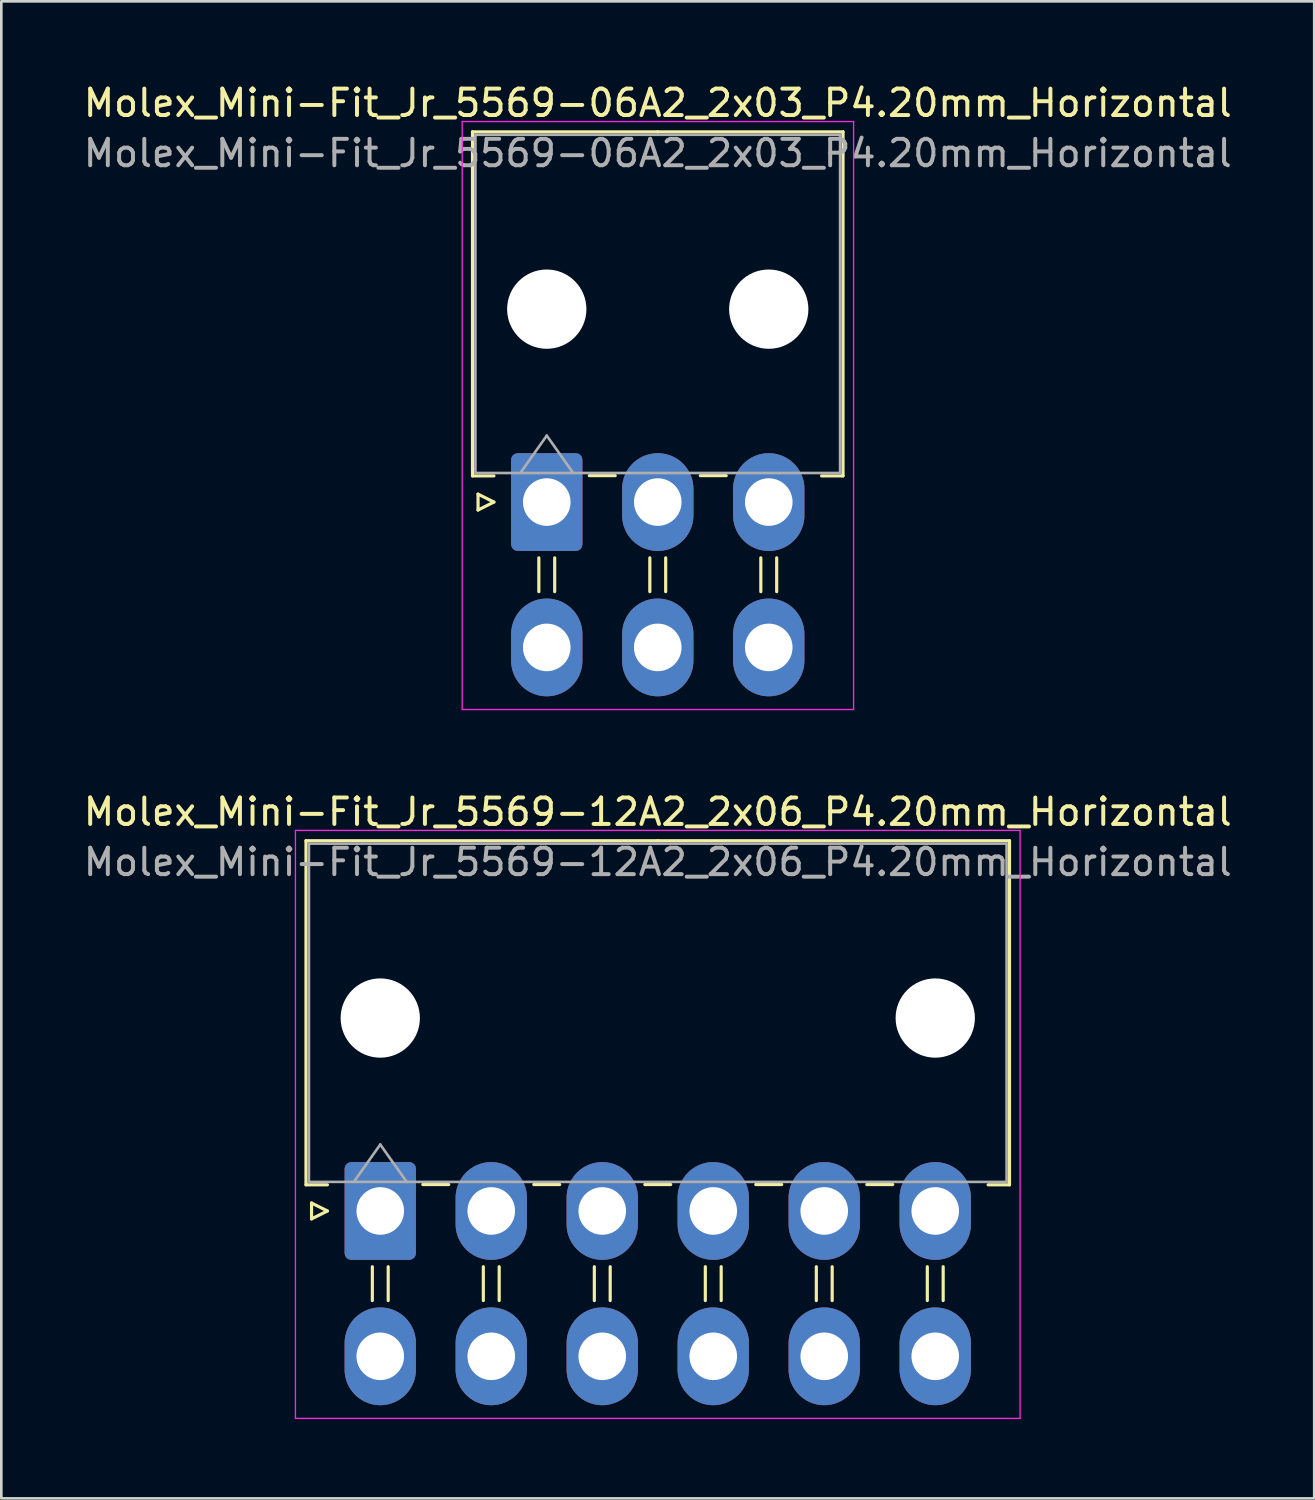
<source format=kicad_pcb>
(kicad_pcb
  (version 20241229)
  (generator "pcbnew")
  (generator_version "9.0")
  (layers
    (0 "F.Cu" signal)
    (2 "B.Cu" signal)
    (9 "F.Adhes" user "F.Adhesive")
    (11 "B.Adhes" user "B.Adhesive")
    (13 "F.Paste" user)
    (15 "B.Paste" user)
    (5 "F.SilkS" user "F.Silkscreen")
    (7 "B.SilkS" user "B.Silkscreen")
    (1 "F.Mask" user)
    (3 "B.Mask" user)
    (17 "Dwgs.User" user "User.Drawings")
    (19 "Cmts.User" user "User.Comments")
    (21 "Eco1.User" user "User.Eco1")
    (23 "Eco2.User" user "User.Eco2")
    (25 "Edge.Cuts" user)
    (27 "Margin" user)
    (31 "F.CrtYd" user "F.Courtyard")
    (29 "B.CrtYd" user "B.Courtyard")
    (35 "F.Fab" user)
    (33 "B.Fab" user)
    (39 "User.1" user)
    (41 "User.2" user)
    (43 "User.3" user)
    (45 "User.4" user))
  (footprint "Molex_Mini-Fit_Jr_5569-06A2_2x03_P4.20mm_Horizontal"
    (layer "F.Cu")
    (at 17.639 15.948)
    (property "Reference" "Molex_Mini-Fit_Jr_5569-06A2_2x03_P4.20mm_Horizontal" (at 4.2 -15.1 0) (layer "F.SilkS") (effects (font (size 1 1) (thickness 0.15))))
    (attr through_hole)
    (fp_line (start -2.81 -14.01) (end 4.2 -14.01) (stroke (width 0.12) (type solid)) (layer "F.SilkS"))
    (fp_line (start -2.81 -0.99) (end -2.81 -14.01) (stroke (width 0.12) (type solid)) (layer "F.SilkS"))
    (fp_line (start -2.6 -0.3) (end -2 0) (stroke (width 0.12) (type solid)) (layer "F.SilkS"))
    (fp_line (start -2.6 0.3) (end -2.6 -0.3) (stroke (width 0.12) (type solid)) (layer "F.SilkS"))
    (fp_line (start -2 -0.99) (end -2.81 -0.99) (stroke (width 0.12) (type solid)) (layer "F.SilkS"))
    (fp_line (start -2 0) (end -2.6 0.3) (stroke (width 0.12) (type solid)) (layer "F.SilkS"))
    (fp_line (start -0.3 2.11) (end -0.3 3.39) (stroke (width 0.12) (type solid)) (layer "F.SilkS"))
    (fp_line (start 0.3 2.11) (end 0.3 3.39) (stroke (width 0.12) (type solid)) (layer "F.SilkS"))
    (fp_line (start 1.61 -1) (end 2.59 -1) (stroke (width 0.12) (type solid)) (layer "F.SilkS"))
    (fp_line (start 3.9 2.11) (end 3.9 3.39) (stroke (width 0.12) (type solid)) (layer "F.SilkS"))
    (fp_line (start 4.5 2.11) (end 4.5 3.39) (stroke (width 0.12) (type solid)) (layer "F.SilkS"))
    (fp_line (start 5.81 -1) (end 6.79 -1) (stroke (width 0.12) (type solid)) (layer "F.SilkS"))
    (fp_line (start 8.1 2.11) (end 8.1 3.39) (stroke (width 0.12) (type solid)) (layer "F.SilkS"))
    (fp_line (start 8.7 2.11) (end 8.7 3.39) (stroke (width 0.12) (type solid)) (layer "F.SilkS"))
    (fp_line (start 10.4 -0.99) (end 11.21 -0.99) (stroke (width 0.12) (type solid)) (layer "F.SilkS"))
    (fp_line (start 11.21 -14.01) (end 4.2 -14.01) (stroke (width 0.12) (type solid)) (layer "F.SilkS"))
    (fp_line (start 11.21 -0.99) (end 11.21 -14.01) (stroke (width 0.12) (type solid)) (layer "F.SilkS"))
    (fp_line (start -3.2 -14.4) (end -3.2 7.85) (stroke (width 0.05) (type solid)) (layer "F.CrtYd"))
    (fp_line (start -3.2 7.85) (end 11.61 7.85) (stroke (width 0.05) (type solid)) (layer "F.CrtYd"))
    (fp_line (start 11.61 -14.4) (end -3.2 -14.4) (stroke (width 0.05) (type solid)) (layer "F.CrtYd"))
    (fp_line (start 11.61 7.85) (end 11.61 -14.4) (stroke (width 0.05) (type solid)) (layer "F.CrtYd"))
    (fp_line (start -2.7 -13.9) (end -2.7 -1.1) (stroke (width 0.1) (type solid)) (layer "F.Fab"))
    (fp_line (start -2.7 -1.1) (end 11.1 -1.1) (stroke (width 0.1) (type solid)) (layer "F.Fab"))
    (fp_line (start -1 -1.1) (end 0 -2.514) (stroke (width 0.1) (type solid)) (layer "F.Fab"))
    (fp_line (start 0 -2.514) (end 1 -1.1) (stroke (width 0.1) (type solid)) (layer "F.Fab"))
    (fp_line (start 11.1 -13.9) (end -2.7 -13.9) (stroke (width 0.1) (type solid)) (layer "F.Fab"))
    (fp_line (start 11.1 -1.1) (end 11.1 -13.9) (stroke (width 0.1) (type solid)) (layer "F.Fab"))
    (fp_text user "${REFERENCE}" (at 4.2 -13.2 0) (layer "F.Fab") (effects (font (size 1 1) (thickness 0.15))))
    (pad "" np_thru_hole circle (at 0 -7.3) (size 3 3) (drill 3) (layers "*.Cu" "*.Mask"))
    (pad "" np_thru_hole circle (at 8.4 -7.3) (size 3 3) (drill 3) (layers "*.Cu" "*.Mask"))
    (pad "1" thru_hole roundrect (at 0 0) (size 2.7 3.7) (drill 1.8) (layers "*.Cu" "*.Mask") (roundrect_rratio 0.093))
    (pad "2" thru_hole oval (at 4.2 0) (size 2.7 3.7) (drill 1.8) (layers "*.Cu" "*.Mask"))
    (pad "3" thru_hole oval (at 8.4 0) (size 2.7 3.7) (drill 1.8) (layers "*.Cu" "*.Mask"))
    (pad "4" thru_hole oval (at 0 5.5) (size 2.7 3.7) (drill 1.8) (layers "*.Cu" "*.Mask"))
    (pad "5" thru_hole oval (at 4.2 5.5) (size 2.7 3.7) (drill 1.8) (layers "*.Cu" "*.Mask"))
    (pad "6" thru_hole oval (at 8.4 5.5) (size 2.7 3.7) (drill 1.8) (layers "*.Cu" "*.Mask")))
  (footprint "Molex_Mini-Fit_Jr_5569-12A2_2x06_P4.20mm_Horizontal"
    (layer "F.Cu")
    (at 11.339 42.772)
    (property "Reference" "Molex_Mini-Fit_Jr_5569-12A2_2x06_P4.20mm_Horizontal" (at 10.5 -15.1 0) (layer "F.SilkS") (effects (font (size 1 1) (thickness 0.15))))
    (attr through_hole)
    (fp_line (start -2.81 -14.01) (end 10.5 -14.01) (stroke (width 0.12) (type solid)) (layer "F.SilkS"))
    (fp_line (start -2.81 -0.99) (end -2.81 -14.01) (stroke (width 0.12) (type solid)) (layer "F.SilkS"))
    (fp_line (start -2.6 -0.3) (end -2 0) (stroke (width 0.12) (type solid)) (layer "F.SilkS"))
    (fp_line (start -2.6 0.3) (end -2.6 -0.3) (stroke (width 0.12) (type solid)) (layer "F.SilkS"))
    (fp_line (start -2 -0.99) (end -2.81 -0.99) (stroke (width 0.12) (type solid)) (layer "F.SilkS"))
    (fp_line (start -2 0) (end -2.6 0.3) (stroke (width 0.12) (type solid)) (layer "F.SilkS"))
    (fp_line (start -0.3 2.11) (end -0.3 3.39) (stroke (width 0.12) (type solid)) (layer "F.SilkS"))
    (fp_line (start 0.3 2.11) (end 0.3 3.39) (stroke (width 0.12) (type solid)) (layer "F.SilkS"))
    (fp_line (start 1.61 -1) (end 2.59 -1) (stroke (width 0.12) (type solid)) (layer "F.SilkS"))
    (fp_line (start 3.9 2.11) (end 3.9 3.39) (stroke (width 0.12) (type solid)) (layer "F.SilkS"))
    (fp_line (start 4.5 2.11) (end 4.5 3.39) (stroke (width 0.12) (type solid)) (layer "F.SilkS"))
    (fp_line (start 5.81 -1) (end 6.79 -1) (stroke (width 0.12) (type solid)) (layer "F.SilkS"))
    (fp_line (start 8.1 2.11) (end 8.1 3.39) (stroke (width 0.12) (type solid)) (layer "F.SilkS"))
    (fp_line (start 8.7 2.11) (end 8.7 3.39) (stroke (width 0.12) (type solid)) (layer "F.SilkS"))
    (fp_line (start 10.01 -1) (end 10.99 -1) (stroke (width 0.12) (type solid)) (layer "F.SilkS"))
    (fp_line (start 12.3 2.11) (end 12.3 3.39) (stroke (width 0.12) (type solid)) (layer "F.SilkS"))
    (fp_line (start 12.9 2.11) (end 12.9 3.39) (stroke (width 0.12) (type solid)) (layer "F.SilkS"))
    (fp_line (start 14.21 -1) (end 15.19 -1) (stroke (width 0.12) (type solid)) (layer "F.SilkS"))
    (fp_line (start 16.5 2.11) (end 16.5 3.39) (stroke (width 0.12) (type solid)) (layer "F.SilkS"))
    (fp_line (start 17.1 2.11) (end 17.1 3.39) (stroke (width 0.12) (type solid)) (layer "F.SilkS"))
    (fp_line (start 18.41 -1) (end 19.39 -1) (stroke (width 0.12) (type solid)) (layer "F.SilkS"))
    (fp_line (start 20.7 2.11) (end 20.7 3.39) (stroke (width 0.12) (type solid)) (layer "F.SilkS"))
    (fp_line (start 21.3 2.11) (end 21.3 3.39) (stroke (width 0.12) (type solid)) (layer "F.SilkS"))
    (fp_line (start 23 -0.99) (end 23.81 -0.99) (stroke (width 0.12) (type solid)) (layer "F.SilkS"))
    (fp_line (start 23.81 -14.01) (end 10.5 -14.01) (stroke (width 0.12) (type solid)) (layer "F.SilkS"))
    (fp_line (start 23.81 -0.99) (end 23.81 -14.01) (stroke (width 0.12) (type solid)) (layer "F.SilkS"))
    (fp_line (start -3.21 -14.4) (end -3.21 7.85) (stroke (width 0.05) (type solid)) (layer "F.CrtYd"))
    (fp_line (start -3.21 7.85) (end 24.21 7.85) (stroke (width 0.05) (type solid)) (layer "F.CrtYd"))
    (fp_line (start 24.21 -14.4) (end -3.21 -14.4) (stroke (width 0.05) (type solid)) (layer "F.CrtYd"))
    (fp_line (start 24.21 7.85) (end 24.21 -14.4) (stroke (width 0.05) (type solid)) (layer "F.CrtYd"))
    (fp_line (start -2.7 -13.9) (end -2.7 -1.1) (stroke (width 0.1) (type solid)) (layer "F.Fab"))
    (fp_line (start -2.7 -1.1) (end 23.7 -1.1) (stroke (width 0.1) (type solid)) (layer "F.Fab"))
    (fp_line (start -1 -1.1) (end 0 -2.514) (stroke (width 0.1) (type solid)) (layer "F.Fab"))
    (fp_line (start 0 -2.514) (end 1 -1.1) (stroke (width 0.1) (type solid)) (layer "F.Fab"))
    (fp_line (start 23.7 -13.9) (end -2.7 -13.9) (stroke (width 0.1) (type solid)) (layer "F.Fab"))
    (fp_line (start 23.7 -1.1) (end 23.7 -13.9) (stroke (width 0.1) (type solid)) (layer "F.Fab"))
    (fp_text user "${REFERENCE}" (at 10.5 -13.2 0) (layer "F.Fab") (effects (font (size 1 1) (thickness 0.15))))
    (pad "" np_thru_hole circle (at 0 -7.3) (size 3 3) (drill 3) (layers "*.Cu" "*.Mask"))
    (pad "" np_thru_hole circle (at 21 -7.3) (size 3 3) (drill 3) (layers "*.Cu" "*.Mask"))
    (pad "1" thru_hole roundrect (at 0 0) (size 2.7 3.7) (drill 1.8) (layers "*.Cu" "*.Mask") (roundrect_rratio 0.093))
    (pad "2" thru_hole oval (at 4.2 0) (size 2.7 3.7) (drill 1.8) (layers "*.Cu" "*.Mask"))
    (pad "3" thru_hole oval (at 8.4 0) (size 2.7 3.7) (drill 1.8) (layers "*.Cu" "*.Mask"))
    (pad "4" thru_hole oval (at 12.6 0) (size 2.7 3.7) (drill 1.8) (layers "*.Cu" "*.Mask"))
    (pad "5" thru_hole oval (at 16.8 0) (size 2.7 3.7) (drill 1.8) (layers "*.Cu" "*.Mask"))
    (pad "6" thru_hole oval (at 21 0) (size 2.7 3.7) (drill 1.8) (layers "*.Cu" "*.Mask"))
    (pad "7" thru_hole oval (at 0 5.5) (size 2.7 3.7) (drill 1.8) (layers "*.Cu" "*.Mask"))
    (pad "8" thru_hole oval (at 4.2 5.5) (size 2.7 3.7) (drill 1.8) (layers "*.Cu" "*.Mask"))
    (pad "9" thru_hole oval (at 8.4 5.5) (size 2.7 3.7) (drill 1.8) (layers "*.Cu" "*.Mask"))
    (pad "10" thru_hole oval (at 12.6 5.5) (size 2.7 3.7) (drill 1.8) (layers "*.Cu" "*.Mask"))
    (pad "11" thru_hole oval (at 16.8 5.5) (size 2.7 3.7) (drill 1.8) (layers "*.Cu" "*.Mask"))
    (pad "12" thru_hole oval (at 21 5.5) (size 2.7 3.7) (drill 1.8) (layers "*.Cu" "*.Mask")))
  (gr_rect
    (start -3 -3)
    (end 46.679 53.647)
    (stroke (width 0.1) (type default))
    (fill no)
    (layer "Edge.Cuts")))
</source>
